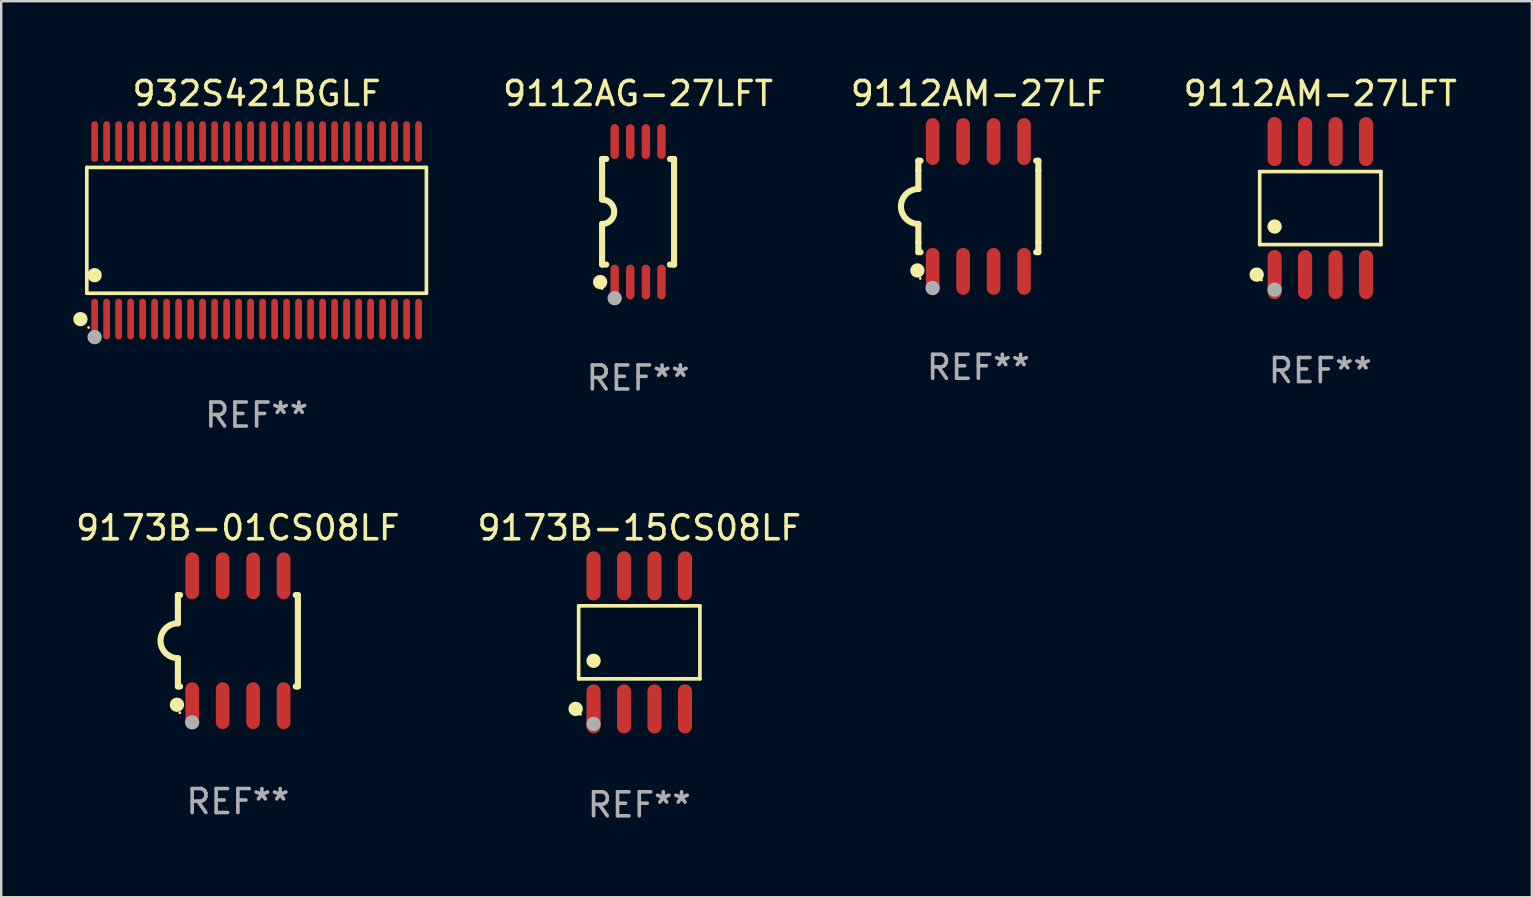
<source format=kicad_pcb>
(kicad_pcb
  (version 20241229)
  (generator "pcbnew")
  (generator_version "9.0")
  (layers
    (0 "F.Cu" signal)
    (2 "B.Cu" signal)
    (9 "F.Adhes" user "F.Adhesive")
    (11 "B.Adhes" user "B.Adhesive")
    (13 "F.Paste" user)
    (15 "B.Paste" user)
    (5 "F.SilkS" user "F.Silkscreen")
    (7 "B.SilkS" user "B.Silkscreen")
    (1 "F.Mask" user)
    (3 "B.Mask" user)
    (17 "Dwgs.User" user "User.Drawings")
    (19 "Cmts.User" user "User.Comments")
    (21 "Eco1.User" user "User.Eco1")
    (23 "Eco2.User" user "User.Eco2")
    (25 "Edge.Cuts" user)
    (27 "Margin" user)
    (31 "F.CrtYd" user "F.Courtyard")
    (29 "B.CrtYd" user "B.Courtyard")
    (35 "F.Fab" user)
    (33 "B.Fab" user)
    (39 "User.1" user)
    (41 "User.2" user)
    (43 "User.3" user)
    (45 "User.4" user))
  (footprint "9112AM-27LFT"
    (layer "F.Cu")
    (at 51.968 5.621)
    (property "Reference" "9112AM-27LFT" (at 0 -4.772 0) (layer "F.SilkS") (effects (font (size 1 1) (thickness 0.15))))
    (attr through_hole)
    (fp_line (start -2.526 -1.521) (end 2.526 -1.521) (stroke (width 0.152) (type solid)) (layer "F.SilkS"))
    (fp_line (start -2.526 1.521) (end -2.526 -1.521) (stroke (width 0.152) (type solid)) (layer "F.SilkS"))
    (fp_line (start 2.526 -1.521) (end 2.526 1.521) (stroke (width 0.152) (type solid)) (layer "F.SilkS"))
    (fp_line (start 2.526 1.521) (end -2.526 1.521) (stroke (width 0.152) (type solid)) (layer "F.SilkS"))
    (fp_circle (center -2.652 2.772) (end -2.501 2.772) (stroke (width 0.3) (type solid)) (fill no) (layer "F.SilkS"))
    (fp_circle (center -2.45 3) (end -2.42 3) (stroke (width 0.06) (type solid)) (fill no) (layer "F.SilkS"))
    (fp_circle (center -1.905 0.769) (end -1.755 0.769) (stroke (width 0.3) (type solid)) (fill no) (layer "F.SilkS"))
    (fp_circle (center -1.905 3.4) (end -1.755 3.4) (stroke (width 0.3) (type solid)) (fill no) (layer "F.Fab"))
    (fp_text user "REF**" (at 0 6.772 0) (layer "F.Fab") (effects (font (size 1 1) (thickness 0.15))))
    (pad "1" smd oval (at -1.905 2.772) (size 0.588 2.045) (layers "F.Cu" "F.Mask" "F.Paste"))
    (pad "2" smd oval (at -0.635 2.772) (size 0.588 2.045) (layers "F.Cu" "F.Mask" "F.Paste"))
    (pad "3" smd oval (at 0.635 2.772) (size 0.588 2.045) (layers "F.Cu" "F.Mask" "F.Paste"))
    (pad "4" smd oval (at 1.905 2.772) (size 0.588 2.045) (layers "F.Cu" "F.Mask" "F.Paste"))
    (pad "5" smd oval (at 1.905 -2.772) (size 0.588 2.045) (layers "F.Cu" "F.Mask" "F.Paste"))
    (pad "6" smd oval (at 0.635 -2.772) (size 0.588 2.045) (layers "F.Cu" "F.Mask" "F.Paste"))
    (pad "7" smd oval (at -0.635 -2.772) (size 0.588 2.045) (layers "F.Cu" "F.Mask" "F.Paste"))
    (pad "8" smd oval (at -1.905 -2.772) (size 0.588 2.045) (layers "F.Cu" "F.Mask" "F.Paste")))
  (footprint "932S421BGLF"
    (layer "F.Cu")
    (at 7.643 6.548)
    (property "Reference" "932S421BGLF" (at 0 -5.7 0) (layer "F.SilkS") (effects (font (size 1 1) (thickness 0.15))))
    (attr through_hole)
    (fp_line (start -7.076 -2.621) (end 7.076 -2.621) (stroke (width 0.152) (type solid)) (layer "F.SilkS"))
    (fp_line (start -7.076 2.621) (end -7.076 -2.621) (stroke (width 0.152) (type solid)) (layer "F.SilkS"))
    (fp_line (start 7.076 -2.621) (end 7.076 2.621) (stroke (width 0.152) (type solid)) (layer "F.SilkS"))
    (fp_line (start 7.076 2.621) (end -7.076 2.621) (stroke (width 0.152) (type solid)) (layer "F.SilkS"))
    (fp_circle (center -7.342 3.7) (end -7.192 3.7) (stroke (width 0.3) (type solid)) (fill no) (layer "F.SilkS"))
    (fp_circle (center -7 4.05) (end -6.97 4.05) (stroke (width 0.06) (type solid)) (fill no) (layer "F.SilkS"))
    (fp_circle (center -6.75 1.869) (end -6.6 1.869) (stroke (width 0.3) (type solid)) (fill no) (layer "F.SilkS"))
    (fp_circle (center -6.75 4.45) (end -6.6 4.45) (stroke (width 0.3) (type solid)) (fill no) (layer "F.Fab"))
    (fp_text user "REF**" (at 0 7.7 0) (layer "F.Fab") (effects (font (size 1 1) (thickness 0.15))))
    (pad "1" smd oval (at -6.75 3.7) (size 0.28 1.7) (layers "F.Cu" "F.Mask" "F.Paste"))
    (pad "2" smd oval (at -6.25 3.7) (size 0.28 1.7) (layers "F.Cu" "F.Mask" "F.Paste"))
    (pad "3" smd oval (at -5.75 3.7) (size 0.28 1.7) (layers "F.Cu" "F.Mask" "F.Paste"))
    (pad "4" smd oval (at -5.25 3.7) (size 0.28 1.7) (layers "F.Cu" "F.Mask" "F.Paste"))
    (pad "5" smd oval (at -4.75 3.7) (size 0.28 1.7) (layers "F.Cu" "F.Mask" "F.Paste"))
    (pad "6" smd oval (at -4.25 3.7) (size 0.28 1.7) (layers "F.Cu" "F.Mask" "F.Paste"))
    (pad "7" smd oval (at -3.75 3.7) (size 0.28 1.7) (layers "F.Cu" "F.Mask" "F.Paste"))
    (pad "8" smd oval (at -3.25 3.7) (size 0.28 1.7) (layers "F.Cu" "F.Mask" "F.Paste"))
    (pad "9" smd oval (at -2.75 3.7) (size 0.28 1.7) (layers "F.Cu" "F.Mask" "F.Paste"))
    (pad "10" smd oval (at -2.25 3.7) (size 0.28 1.7) (layers "F.Cu" "F.Mask" "F.Paste"))
    (pad "11" smd oval (at -1.75 3.7) (size 0.28 1.7) (layers "F.Cu" "F.Mask" "F.Paste"))
    (pad "12" smd oval (at -1.25 3.7) (size 0.28 1.7) (layers "F.Cu" "F.Mask" "F.Paste"))
    (pad "13" smd oval (at -0.75 3.7) (size 0.28 1.7) (layers "F.Cu" "F.Mask" "F.Paste"))
    (pad "14" smd oval (at -0.25 3.7) (size 0.28 1.7) (layers "F.Cu" "F.Mask" "F.Paste"))
    (pad "15" smd oval (at 0.25 3.7) (size 0.28 1.7) (layers "F.Cu" "F.Mask" "F.Paste"))
    (pad "16" smd oval (at 0.75 3.7) (size 0.28 1.7) (layers "F.Cu" "F.Mask" "F.Paste"))
    (pad "17" smd oval (at 1.25 3.7) (size 0.28 1.7) (layers "F.Cu" "F.Mask" "F.Paste"))
    (pad "18" smd oval (at 1.75 3.7) (size 0.28 1.7) (layers "F.Cu" "F.Mask" "F.Paste"))
    (pad "19" smd oval (at 2.25 3.7) (size 0.28 1.7) (layers "F.Cu" "F.Mask" "F.Paste"))
    (pad "20" smd oval (at 2.75 3.7) (size 0.28 1.7) (layers "F.Cu" "F.Mask" "F.Paste"))
    (pad "21" smd oval (at 3.25 3.7) (size 0.28 1.7) (layers "F.Cu" "F.Mask" "F.Paste"))
    (pad "22" smd oval (at 3.75 3.7) (size 0.28 1.7) (layers "F.Cu" "F.Mask" "F.Paste"))
    (pad "23" smd oval (at 4.25 3.7) (size 0.28 1.7) (layers "F.Cu" "F.Mask" "F.Paste"))
    (pad "24" smd oval (at 4.75 3.7) (size 0.28 1.7) (layers "F.Cu" "F.Mask" "F.Paste"))
    (pad "25" smd oval (at 5.25 3.7) (size 0.28 1.7) (layers "F.Cu" "F.Mask" "F.Paste"))
    (pad "26" smd oval (at 5.75 3.7) (size 0.28 1.7) (layers "F.Cu" "F.Mask" "F.Paste"))
    (pad "27" smd oval (at 6.25 3.7) (size 0.28 1.7) (layers "F.Cu" "F.Mask" "F.Paste"))
    (pad "28" smd oval (at 6.75 3.7) (size 0.28 1.7) (layers "F.Cu" "F.Mask" "F.Paste"))
    (pad "29" smd oval (at 6.75 -3.7) (size 0.28 1.7) (layers "F.Cu" "F.Mask" "F.Paste"))
    (pad "30" smd oval (at 6.25 -3.7) (size 0.28 1.7) (layers "F.Cu" "F.Mask" "F.Paste"))
    (pad "31" smd oval (at 5.75 -3.7) (size 0.28 1.7) (layers "F.Cu" "F.Mask" "F.Paste"))
    (pad "32" smd oval (at 5.25 -3.7) (size 0.28 1.7) (layers "F.Cu" "F.Mask" "F.Paste"))
    (pad "33" smd oval (at 4.75 -3.7) (size 0.28 1.7) (layers "F.Cu" "F.Mask" "F.Paste"))
    (pad "34" smd oval (at 4.25 -3.7) (size 0.28 1.7) (layers "F.Cu" "F.Mask" "F.Paste"))
    (pad "35" smd oval (at 3.75 -3.7) (size 0.28 1.7) (layers "F.Cu" "F.Mask" "F.Paste"))
    (pad "36" smd oval (at 3.25 -3.7) (size 0.28 1.7) (layers "F.Cu" "F.Mask" "F.Paste"))
    (pad "37" smd oval (at 2.75 -3.7) (size 0.28 1.7) (layers "F.Cu" "F.Mask" "F.Paste"))
    (pad "38" smd oval (at 2.25 -3.7) (size 0.28 1.7) (layers "F.Cu" "F.Mask" "F.Paste"))
    (pad "39" smd oval (at 1.75 -3.7) (size 0.28 1.7) (layers "F.Cu" "F.Mask" "F.Paste"))
    (pad "40" smd oval (at 1.25 -3.7) (size 0.28 1.7) (layers "F.Cu" "F.Mask" "F.Paste"))
    (pad "41" smd oval (at 0.75 -3.7) (size 0.28 1.7) (layers "F.Cu" "F.Mask" "F.Paste"))
    (pad "42" smd oval (at 0.25 -3.7) (size 0.28 1.7) (layers "F.Cu" "F.Mask" "F.Paste"))
    (pad "43" smd oval (at -0.25 -3.7) (size 0.28 1.7) (layers "F.Cu" "F.Mask" "F.Paste"))
    (pad "44" smd oval (at -0.75 -3.7) (size 0.28 1.7) (layers "F.Cu" "F.Mask" "F.Paste"))
    (pad "45" smd oval (at -1.25 -3.7) (size 0.28 1.7) (layers "F.Cu" "F.Mask" "F.Paste"))
    (pad "46" smd oval (at -1.75 -3.7) (size 0.28 1.7) (layers "F.Cu" "F.Mask" "F.Paste"))
    (pad "47" smd oval (at -2.25 -3.7) (size 0.28 1.7) (layers "F.Cu" "F.Mask" "F.Paste"))
    (pad "48" smd oval (at -2.75 -3.7) (size 0.28 1.7) (layers "F.Cu" "F.Mask" "F.Paste"))
    (pad "49" smd oval (at -3.25 -3.7) (size 0.28 1.7) (layers "F.Cu" "F.Mask" "F.Paste"))
    (pad "50" smd oval (at -3.75 -3.7) (size 0.28 1.7) (layers "F.Cu" "F.Mask" "F.Paste"))
    (pad "51" smd oval (at -4.25 -3.7) (size 0.28 1.7) (layers "F.Cu" "F.Mask" "F.Paste"))
    (pad "52" smd oval (at -4.75 -3.7) (size 0.28 1.7) (layers "F.Cu" "F.Mask" "F.Paste"))
    (pad "53" smd oval (at -5.25 -3.7) (size 0.28 1.7) (layers "F.Cu" "F.Mask" "F.Paste"))
    (pad "54" smd oval (at -5.75 -3.7) (size 0.28 1.7) (layers "F.Cu" "F.Mask" "F.Paste"))
    (pad "55" smd oval (at -6.25 -3.7) (size 0.28 1.7) (layers "F.Cu" "F.Mask" "F.Paste"))
    (pad "56" smd oval (at -6.75 -3.7) (size 0.28 1.7) (layers "F.Cu" "F.Mask" "F.Paste")))
  (footprint "9173B-15CS08LF"
    (layer "F.Cu")
    (at 23.589 23.717)
    (property "Reference" "9173B-15CS08LF" (at 0 -4.772 0) (layer "F.SilkS") (effects (font (size 1 1) (thickness 0.15))))
    (attr through_hole)
    (fp_line (start -2.526 -1.521) (end 2.526 -1.521) (stroke (width 0.152) (type solid)) (layer "F.SilkS"))
    (fp_line (start -2.526 1.521) (end -2.526 -1.521) (stroke (width 0.152) (type solid)) (layer "F.SilkS"))
    (fp_line (start 2.526 -1.521) (end 2.526 1.521) (stroke (width 0.152) (type solid)) (layer "F.SilkS"))
    (fp_line (start 2.526 1.521) (end -2.526 1.521) (stroke (width 0.152) (type solid)) (layer "F.SilkS"))
    (fp_circle (center -2.652 2.772) (end -2.501 2.772) (stroke (width 0.3) (type solid)) (fill no) (layer "F.SilkS"))
    (fp_circle (center -2.45 3) (end -2.42 3) (stroke (width 0.06) (type solid)) (fill no) (layer "F.SilkS"))
    (fp_circle (center -1.905 0.769) (end -1.755 0.769) (stroke (width 0.3) (type solid)) (fill no) (layer "F.SilkS"))
    (fp_circle (center -1.905 3.4) (end -1.755 3.4) (stroke (width 0.3) (type solid)) (fill no) (layer "F.Fab"))
    (fp_text user "REF**" (at 0 6.772 0) (layer "F.Fab") (effects (font (size 1 1) (thickness 0.15))))
    (pad "1" smd oval (at -1.905 2.772) (size 0.588 2.045) (layers "F.Cu" "F.Mask" "F.Paste"))
    (pad "2" smd oval (at -0.635 2.772) (size 0.588 2.045) (layers "F.Cu" "F.Mask" "F.Paste"))
    (pad "3" smd oval (at 0.635 2.772) (size 0.588 2.045) (layers "F.Cu" "F.Mask" "F.Paste"))
    (pad "4" smd oval (at 1.905 2.772) (size 0.588 2.045) (layers "F.Cu" "F.Mask" "F.Paste"))
    (pad "5" smd oval (at 1.905 -2.772) (size 0.588 2.045) (layers "F.Cu" "F.Mask" "F.Paste"))
    (pad "6" smd oval (at 0.635 -2.772) (size 0.588 2.045) (layers "F.Cu" "F.Mask" "F.Paste"))
    (pad "7" smd oval (at -0.635 -2.772) (size 0.588 2.045) (layers "F.Cu" "F.Mask" "F.Paste"))
    (pad "8" smd oval (at -1.905 -2.772) (size 0.588 2.045) (layers "F.Cu" "F.Mask" "F.Paste")))
  (footprint "9112AM-27LF"
    (layer "F.Cu")
    (at 37.718 5.553)
    (property "Reference" "9112AM-27LF" (at 0 -4.705 0) (layer "F.SilkS") (effects (font (size 1 1) (thickness 0.15))))
    (attr through_hole)
    (fp_line (start -2.5 -1.905) (end -2.409 -1.905) (stroke (width 0.254) (type solid)) (layer "F.SilkS"))
    (fp_line (start -2.5 -1.5) (end -2.5 -1.905) (stroke (width 0.254) (type solid)) (layer "F.SilkS"))
    (fp_line (start -2.5 -1.5) (end -2.5 -0.726) (stroke (width 0.254) (type solid)) (layer "F.SilkS"))
    (fp_line (start -2.5 1.5) (end -2.5 0.727) (stroke (width 0.254) (type solid)) (layer "F.SilkS"))
    (fp_line (start -2.5 1.5) (end -2.5 1.905) (stroke (width 0.254) (type solid)) (layer "F.SilkS"))
    (fp_line (start -2.5 1.905) (end -2.409 1.905) (stroke (width 0.254) (type solid)) (layer "F.SilkS"))
    (fp_line (start 2.5 -1.905) (end 2.409 -1.905) (stroke (width 0.254) (type solid)) (layer "F.SilkS"))
    (fp_line (start 2.5 -1.5) (end 2.5 -1.905) (stroke (width 0.254) (type solid)) (layer "F.SilkS"))
    (fp_line (start 2.5 -1.5) (end 2.5 1.5) (stroke (width 0.254) (type solid)) (layer "F.SilkS"))
    (fp_line (start 2.5 1.5) (end 2.5 1.905) (stroke (width 0.254) (type solid)) (layer "F.SilkS"))
    (fp_line (start 2.5 1.905) (end 2.409 1.905) (stroke (width 0.254) (type solid)) (layer "F.SilkS"))
    (fp_arc (start -2.5 0.726568) (mid -3.220316 -0.0023) (end -2.495097 -0.726289) (stroke (width 0.254001) (type solid)) (layer "F.SilkS"))
    (fp_circle (center -2.54 2.667) (end -2.39 2.667) (stroke (width 0.3) (type solid)) (fill no) (layer "F.SilkS"))
    (fp_circle (center -2.42 3) (end -2.39 3) (stroke (width 0.06) (type solid)) (fill no) (layer "F.SilkS"))
    (fp_circle (center -1.905 3.4) (end -1.755 3.4) (stroke (width 0.3) (type solid)) (fill no) (layer "F.Fab"))
    (fp_text user "REF**" (at 0 6.705 0) (layer "F.Fab") (effects (font (size 1 1) (thickness 0.15))))
    (pad "1" smd oval (at -1.905 2.705) (size 0.568 1.95) (layers "F.Cu" "F.Mask" "F.Paste"))
    (pad "2" smd oval (at -0.635 2.705) (size 0.568 1.95) (layers "F.Cu" "F.Mask" "F.Paste"))
    (pad "3" smd oval (at 0.635 2.705) (size 0.568 1.95) (layers "F.Cu" "F.Mask" "F.Paste"))
    (pad "4" smd oval (at 1.905 2.705) (size 0.568 1.95) (layers "F.Cu" "F.Mask" "F.Paste"))
    (pad "5" smd oval (at 1.905 -2.705) (size 0.568 1.95) (layers "F.Cu" "F.Mask" "F.Paste"))
    (pad "6" smd oval (at 0.635 -2.705) (size 0.568 1.95) (layers "F.Cu" "F.Mask" "F.Paste"))
    (pad "7" smd oval (at -0.635 -2.705) (size 0.568 1.95) (layers "F.Cu" "F.Mask" "F.Paste"))
    (pad "8" smd oval (at -1.905 -2.705) (size 0.568 1.95) (layers "F.Cu" "F.Mask" "F.Paste")))
  (footprint "9112AG-27LFT"
    (layer "F.Cu")
    (at 23.539 5.775)
    (property "Reference" "9112AG-27LFT" (at 0 -4.927 0) (layer "F.SilkS") (effects (font (size 1 1) (thickness 0.15))))
    (attr through_hole)
    (fp_line (start -1.5 -2.2) (end -1.5 -0.508) (stroke (width 0.254) (type solid)) (layer "F.SilkS"))
    (fp_line (start -1.5 -2.2) (end -1.328 -2.2) (stroke (width 0.254) (type solid)) (layer "F.SilkS"))
    (fp_line (start -1.5 2.2) (end -1.5 0.508) (stroke (width 0.254) (type solid)) (layer "F.SilkS"))
    (fp_line (start -1.5 2.2) (end -1.328 2.2) (stroke (width 0.254) (type solid)) (layer "F.SilkS"))
    (fp_line (start 1.328 -2.2) (end 1.5 -2.2) (stroke (width 0.254) (type solid)) (layer "F.SilkS"))
    (fp_line (start 1.328 2.2) (end 1.5 2.2) (stroke (width 0.254) (type solid)) (layer "F.SilkS"))
    (fp_line (start 1.5 -2.2) (end 1.5 2.2) (stroke (width 0.254) (type solid)) (layer "F.SilkS"))
    (fp_arc (start -1.501144 -0.508) (mid -0.993143 -0.000571) (end -1.5 0.508001) (stroke (width 0.254001) (type solid)) (layer "F.SilkS"))
    (fp_circle (center -1.581 2.927) (end -1.431 2.927) (stroke (width 0.3) (type solid)) (fill no) (layer "F.SilkS"))
    (fp_circle (center -1.5 3.2) (end -1.47 3.2) (stroke (width 0.06) (type solid)) (fill no) (layer "F.SilkS"))
    (fp_circle (center -0.975 3.6) (end -0.825 3.6) (stroke (width 0.3) (type solid)) (fill no) (layer "F.Fab"))
    (fp_text user "REF**" (at 0 6.927 0) (layer "F.Fab") (effects (font (size 1 1) (thickness 0.15))))
    (pad "1" smd oval (at -0.975 2.927) (size 0.353 1.454) (layers "F.Cu" "F.Mask" "F.Paste"))
    (pad "2" smd oval (at -0.325 2.927) (size 0.353 1.454) (layers "F.Cu" "F.Mask" "F.Paste"))
    (pad "3" smd oval (at 0.325 2.927) (size 0.353 1.454) (layers "F.Cu" "F.Mask" "F.Paste"))
    (pad "4" smd oval (at 0.975 2.927) (size 0.353 1.454) (layers "F.Cu" "F.Mask" "F.Paste"))
    (pad "5" smd oval (at 0.975 -2.927) (size 0.353 1.454) (layers "F.Cu" "F.Mask" "F.Paste"))
    (pad "6" smd oval (at 0.325 -2.927) (size 0.353 1.454) (layers "F.Cu" "F.Mask" "F.Paste"))
    (pad "7" smd oval (at -0.325 -2.927) (size 0.353 1.454) (layers "F.Cu" "F.Mask" "F.Paste"))
    (pad "8" smd oval (at -0.975 -2.927) (size 0.353 1.454) (layers "F.Cu" "F.Mask" "F.Paste")))
  (footprint "9173B-01CS08LF"
    (layer "F.Cu")
    (at 6.863 23.65)
    (property "Reference" "9173B-01CS08LF" (at 0 -4.705 0) (layer "F.SilkS") (effects (font (size 1 1) (thickness 0.15))))
    (attr through_hole)
    (fp_line (start -2.5 -1.905) (end -2.409 -1.905) (stroke (width 0.254) (type solid)) (layer "F.SilkS"))
    (fp_line (start -2.5 -1.5) (end -2.5 -1.905) (stroke (width 0.254) (type solid)) (layer "F.SilkS"))
    (fp_line (start -2.5 -1.5) (end -2.5 -0.726) (stroke (width 0.254) (type solid)) (layer "F.SilkS"))
    (fp_line (start -2.5 1.5) (end -2.5 0.727) (stroke (width 0.254) (type solid)) (layer "F.SilkS"))
    (fp_line (start -2.5 1.5) (end -2.5 1.905) (stroke (width 0.254) (type solid)) (layer "F.SilkS"))
    (fp_line (start -2.5 1.905) (end -2.409 1.905) (stroke (width 0.254) (type solid)) (layer "F.SilkS"))
    (fp_line (start 2.5 -1.905) (end 2.409 -1.905) (stroke (width 0.254) (type solid)) (layer "F.SilkS"))
    (fp_line (start 2.5 -1.5) (end 2.5 -1.905) (stroke (width 0.254) (type solid)) (layer "F.SilkS"))
    (fp_line (start 2.5 -1.5) (end 2.5 1.5) (stroke (width 0.254) (type solid)) (layer "F.SilkS"))
    (fp_line (start 2.5 1.5) (end 2.5 1.905) (stroke (width 0.254) (type solid)) (layer "F.SilkS"))
    (fp_line (start 2.5 1.905) (end 2.409 1.905) (stroke (width 0.254) (type solid)) (layer "F.SilkS"))
    (fp_arc (start -2.5 0.726568) (mid -3.220316 -0.0023) (end -2.495097 -0.726289) (stroke (width 0.254001) (type solid)) (layer "F.SilkS"))
    (fp_circle (center -2.54 2.667) (end -2.39 2.667) (stroke (width 0.3) (type solid)) (fill no) (layer "F.SilkS"))
    (fp_circle (center -2.42 3) (end -2.39 3) (stroke (width 0.06) (type solid)) (fill no) (layer "F.SilkS"))
    (fp_circle (center -1.905 3.4) (end -1.755 3.4) (stroke (width 0.3) (type solid)) (fill no) (layer "F.Fab"))
    (fp_text user "REF**" (at 0 6.705 0) (layer "F.Fab") (effects (font (size 1 1) (thickness 0.15))))
    (pad "1" smd oval (at -1.905 2.705) (size 0.568 1.95) (layers "F.Cu" "F.Mask" "F.Paste"))
    (pad "2" smd oval (at -0.635 2.705) (size 0.568 1.95) (layers "F.Cu" "F.Mask" "F.Paste"))
    (pad "3" smd oval (at 0.635 2.705) (size 0.568 1.95) (layers "F.Cu" "F.Mask" "F.Paste"))
    (pad "4" smd oval (at 1.905 2.705) (size 0.568 1.95) (layers "F.Cu" "F.Mask" "F.Paste"))
    (pad "5" smd oval (at 1.905 -2.705) (size 0.568 1.95) (layers "F.Cu" "F.Mask" "F.Paste"))
    (pad "6" smd oval (at 0.635 -2.705) (size 0.568 1.95) (layers "F.Cu" "F.Mask" "F.Paste"))
    (pad "7" smd oval (at -0.635 -2.705) (size 0.568 1.95) (layers "F.Cu" "F.Mask" "F.Paste"))
    (pad "8" smd oval (at -1.905 -2.705) (size 0.568 1.95) (layers "F.Cu" "F.Mask" "F.Paste")))
  (gr_rect
    (start -3 -3)
    (end 60.783 34.338)
    (stroke (width 0.1) (type default))
    (fill no)
    (layer "Edge.Cuts")))
</source>
